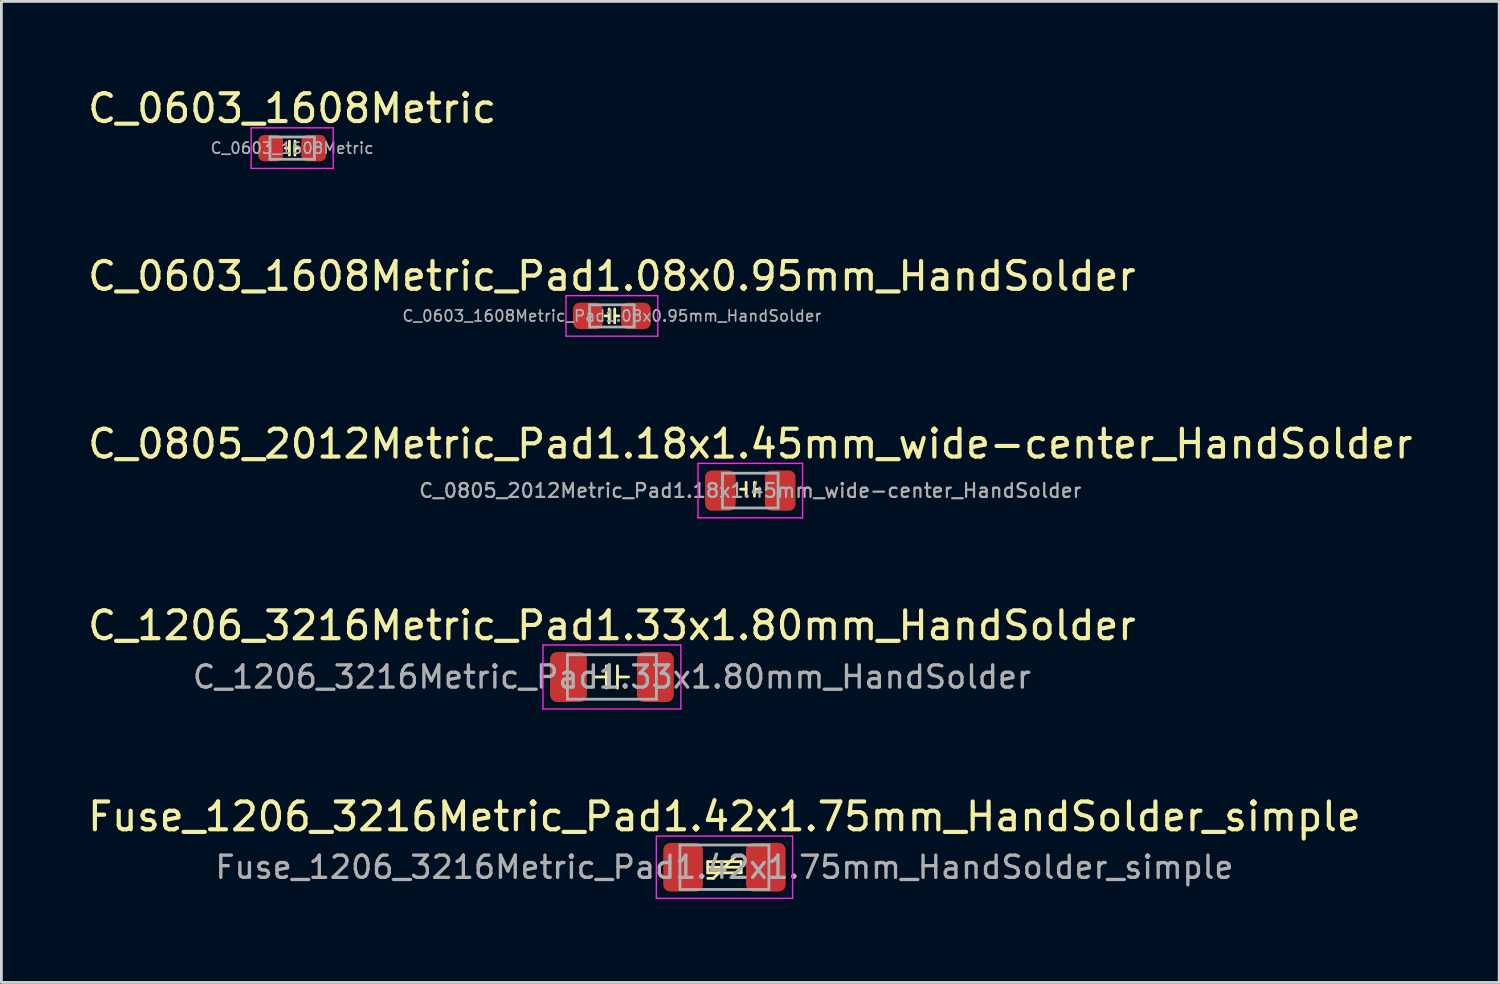
<source format=kicad_pcb>
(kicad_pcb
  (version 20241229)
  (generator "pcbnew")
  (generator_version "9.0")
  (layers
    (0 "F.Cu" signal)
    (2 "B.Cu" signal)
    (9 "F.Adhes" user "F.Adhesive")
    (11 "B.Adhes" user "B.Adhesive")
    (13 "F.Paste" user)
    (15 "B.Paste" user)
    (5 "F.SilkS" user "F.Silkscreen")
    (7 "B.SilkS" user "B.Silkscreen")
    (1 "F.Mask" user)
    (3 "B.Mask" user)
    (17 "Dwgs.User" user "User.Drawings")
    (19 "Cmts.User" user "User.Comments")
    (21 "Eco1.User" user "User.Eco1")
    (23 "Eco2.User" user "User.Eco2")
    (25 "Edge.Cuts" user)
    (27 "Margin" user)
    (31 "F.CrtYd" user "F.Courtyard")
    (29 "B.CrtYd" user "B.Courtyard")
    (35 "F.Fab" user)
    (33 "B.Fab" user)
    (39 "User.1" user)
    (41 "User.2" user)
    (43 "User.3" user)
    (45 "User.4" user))
  (footprint "C_0603_1608Metric_Pad1.08x0.95mm_HandSolder"
    (layer "F.Cu")
    (at 18.958 8.312)
    (property "Reference" "C_0603_1608Metric_Pad1.08x0.95mm_HandSolder" (at 0 -1.43 0) (layer "F.SilkS") (effects (font (size 1 1) (thickness 0.15))))
    (attr smd)
    (fp_line (start -0.1 -0.25) (end -0.1 0.25) (stroke (width 0.1) (type default)) (layer "F.SilkS"))
    (fp_line (start -0.1 0) (end -0.25 0) (stroke (width 0.1) (type default)) (layer "F.SilkS"))
    (fp_line (start 0.1 0) (end 0.25 0) (stroke (width 0.1) (type default)) (layer "F.SilkS"))
    (fp_line (start 0.1 0.25) (end 0.1 -0.25) (stroke (width 0.1) (type default)) (layer "F.SilkS"))
    (fp_line (start -1.65 -0.73) (end 1.65 -0.73) (stroke (width 0.05) (type solid)) (layer "F.CrtYd"))
    (fp_line (start -1.65 0.73) (end -1.65 -0.73) (stroke (width 0.05) (type solid)) (layer "F.CrtYd"))
    (fp_line (start 1.65 -0.73) (end 1.65 0.73) (stroke (width 0.05) (type solid)) (layer "F.CrtYd"))
    (fp_line (start 1.65 0.73) (end -1.65 0.73) (stroke (width 0.05) (type solid)) (layer "F.CrtYd"))
    (fp_line (start -0.8 -0.4) (end 0.8 -0.4) (stroke (width 0.1) (type solid)) (layer "F.Fab"))
    (fp_line (start -0.8 0.4) (end -0.8 -0.4) (stroke (width 0.1) (type solid)) (layer "F.Fab"))
    (fp_line (start 0.8 -0.4) (end 0.8 0.4) (stroke (width 0.1) (type solid)) (layer "F.Fab"))
    (fp_line (start 0.8 0.4) (end -0.8 0.4) (stroke (width 0.1) (type solid)) (layer "F.Fab"))
    (fp_text user "${REFERENCE}" (at 0 0 0) (layer "F.Fab") (effects (font (size 0.4 0.4) (thickness 0.06))))
    (pad "1" smd roundrect (at -0.863 0) (size 1.075 0.95) (layers "F.Cu" "F.Mask" "F.Paste") (roundrect_rratio 0.25))
    (pad "2" smd roundrect (at 0.863 0) (size 1.075 0.95) (layers "F.Cu" "F.Mask" "F.Paste") (roundrect_rratio 0.25)))
  (footprint "Fuse_1206_3216Metric_Pad1.42x1.75mm_HandSolder_simple"
    (layer "F.Cu")
    (at 23.006 28.141)
    (property "Reference" "Fuse_1206_3216Metric_Pad1.42x1.75mm_HandSolder_simple" (at 0 -1.82 0) (layer "F.SilkS") (effects (font (size 1 1) (thickness 0.15))))
    (attr smd)
    (fp_line (start -0.602 -0.2) (end 0.602 -0.2) (stroke (width 0.1) (type solid)) (layer "F.SilkS"))
    (fp_line (start -0.602 0) (end 0.602 0) (stroke (width 0.1) (type default)) (layer "F.SilkS"))
    (fp_line (start -0.602 0.2) (end 0.602 0.2) (stroke (width 0.1) (type solid)) (layer "F.SilkS"))
    (fp_line (start -0.6 0.4) (end -0.4 0.4) (stroke (width 0.1) (type default)) (layer "F.SilkS"))
    (fp_line (start -0.4 0.4) (end 0.4 -0.4) (stroke (width 0.1) (type default)) (layer "F.SilkS"))
    (fp_line (start 0.4 -0.4) (end 0.6 -0.4) (stroke (width 0.1) (type default)) (layer "F.SilkS"))
    (fp_line (start 0.602 -0.2) (end 0.602 0.2) (stroke (width 0.1) (type default)) (layer "F.SilkS"))
    (fp_rect (start -0.602 -0.2) (end -0.602 0.2) (stroke (width 0.1) (type default)) (fill no) (layer "F.SilkS"))
    (fp_line (start -2.45 -1.12) (end 2.45 -1.12) (stroke (width 0.05) (type solid)) (layer "F.CrtYd"))
    (fp_line (start -2.45 1.12) (end -2.45 -1.12) (stroke (width 0.05) (type solid)) (layer "F.CrtYd"))
    (fp_line (start 2.45 -1.12) (end 2.45 1.12) (stroke (width 0.05) (type solid)) (layer "F.CrtYd"))
    (fp_line (start 2.45 1.12) (end -2.45 1.12) (stroke (width 0.05) (type solid)) (layer "F.CrtYd"))
    (fp_line (start -1.6 -0.8) (end 1.6 -0.8) (stroke (width 0.1) (type solid)) (layer "F.Fab"))
    (fp_line (start -1.6 0.8) (end -1.6 -0.8) (stroke (width 0.1) (type solid)) (layer "F.Fab"))
    (fp_line (start 1.6 -0.8) (end 1.6 0.8) (stroke (width 0.1) (type solid)) (layer "F.Fab"))
    (fp_line (start 1.6 0.8) (end -1.6 0.8) (stroke (width 0.1) (type solid)) (layer "F.Fab"))
    (fp_text user "${REFERENCE}" (at 0 0 0) (layer "F.Fab") (effects (font (size 0.8 0.8) (thickness 0.12))))
    (pad "1" smd roundrect (at -1.488 0) (size 1.425 1.75) (layers "F.Cu" "F.Mask" "F.Paste") (roundrect_rratio 0.175))
    (pad "2" smd roundrect (at 1.488 0) (size 1.425 1.75) (layers "F.Cu" "F.Mask" "F.Paste") (roundrect_rratio 0.175)))
  (footprint "C_1206_3216Metric_Pad1.33x1.80mm_HandSolder"
    (layer "F.Cu")
    (at 18.958 21.298)
    (property "Reference" "C_1206_3216Metric_Pad1.33x1.80mm_HandSolder" (at 0 -1.85 0) (layer "F.SilkS") (effects (font (size 1 1) (thickness 0.15))))
    (attr smd)
    (fp_line (start -0.2 -0.4) (end -0.2 0.4) (stroke (width 0.1) (type default)) (layer "F.SilkS"))
    (fp_line (start -0.2 0) (end -0.6 0) (stroke (width 0.1) (type default)) (layer "F.SilkS"))
    (fp_line (start 0.2 0) (end 0.6 0) (stroke (width 0.1) (type default)) (layer "F.SilkS"))
    (fp_line (start 0.2 0.4) (end 0.2 -0.4) (stroke (width 0.1) (type default)) (layer "F.SilkS"))
    (fp_line (start -2.48 -1.15) (end 2.48 -1.15) (stroke (width 0.05) (type solid)) (layer "F.CrtYd"))
    (fp_line (start -2.48 1.15) (end -2.48 -1.15) (stroke (width 0.05) (type solid)) (layer "F.CrtYd"))
    (fp_line (start 2.48 -1.15) (end 2.48 1.15) (stroke (width 0.05) (type solid)) (layer "F.CrtYd"))
    (fp_line (start 2.48 1.15) (end -2.48 1.15) (stroke (width 0.05) (type solid)) (layer "F.CrtYd"))
    (fp_line (start -1.6 -0.8) (end 1.6 -0.8) (stroke (width 0.1) (type solid)) (layer "F.Fab"))
    (fp_line (start -1.6 0.8) (end -1.6 -0.8) (stroke (width 0.1) (type solid)) (layer "F.Fab"))
    (fp_line (start 1.6 -0.8) (end 1.6 0.8) (stroke (width 0.1) (type solid)) (layer "F.Fab"))
    (fp_line (start 1.6 0.8) (end -1.6 0.8) (stroke (width 0.1) (type solid)) (layer "F.Fab"))
    (fp_text user "${REFERENCE}" (at 0 0 0) (layer "F.Fab") (effects (font (size 0.8 0.8) (thickness 0.12))))
    (pad "1" smd roundrect (at -1.562 0) (size 1.325 1.8) (layers "F.Cu" "F.Mask" "F.Paste") (roundrect_rratio 0.189))
    (pad "2" smd roundrect (at 1.562 0) (size 1.325 1.8) (layers "F.Cu" "F.Mask" "F.Paste") (roundrect_rratio 0.189)))
  (footprint "C_0603_1608Metric"
    (layer "F.Cu")
    (at 7.458 2.278)
    (property "Reference" "C_0603_1608Metric" (at 0 -1.43 0) (layer "F.SilkS") (effects (font (size 1 1) (thickness 0.15))))
    (attr smd)
    (fp_line (start -0.1 -0.25) (end -0.1 0.25) (stroke (width 0.1) (type default)) (layer "F.SilkS"))
    (fp_line (start -0.1 0) (end -0.25 0) (stroke (width 0.1) (type default)) (layer "F.SilkS"))
    (fp_line (start 0.1 0) (end 0.25 0) (stroke (width 0.1) (type default)) (layer "F.SilkS"))
    (fp_line (start 0.1 0.25) (end 0.1 -0.25) (stroke (width 0.1) (type default)) (layer "F.SilkS"))
    (fp_line (start -1.475 -0.73) (end 1.475 -0.73) (stroke (width 0.05) (type solid)) (layer "F.CrtYd"))
    (fp_line (start -1.475 0.73) (end -1.475 -0.73) (stroke (width 0.05) (type solid)) (layer "F.CrtYd"))
    (fp_line (start 1.475 -0.73) (end 1.475 0.73) (stroke (width 0.05) (type solid)) (layer "F.CrtYd"))
    (fp_line (start 1.475 0.73) (end -1.475 0.73) (stroke (width 0.05) (type solid)) (layer "F.CrtYd"))
    (fp_line (start -0.8 -0.4) (end 0.8 -0.4) (stroke (width 0.1) (type solid)) (layer "F.Fab"))
    (fp_line (start -0.8 0.4) (end -0.8 -0.4) (stroke (width 0.1) (type solid)) (layer "F.Fab"))
    (fp_line (start 0.8 -0.4) (end 0.8 0.4) (stroke (width 0.1) (type solid)) (layer "F.Fab"))
    (fp_line (start 0.8 0.4) (end -0.8 0.4) (stroke (width 0.1) (type solid)) (layer "F.Fab"))
    (fp_text user "${REFERENCE}" (at 0 0 0) (layer "F.Fab") (effects (font (size 0.4 0.4) (thickness 0.06))))
    (pad "1" smd roundrect (at -0.775 0) (size 0.9 0.95) (layers "F.Cu" "F.Mask" "F.Paste") (roundrect_rratio 0.25))
    (pad "2" smd roundrect (at 0.775 0) (size 0.9 0.95) (layers "F.Cu" "F.Mask" "F.Paste") (roundrect_rratio 0.25)))
  (footprint "C_0805_2012Metric_Pad1.18x1.45mm_wide-center_HandSolder"
    (layer "F.Cu")
    (at 23.935 14.595)
    (property "Reference" "C_0805_2012Metric_Pad1.18x1.45mm_wide-center_HandSolder" (at 0 -1.68 0) (layer "F.SilkS") (effects (font (size 1 1) (thickness 0.15))))
    (attr smd)
    (fp_line (start -0.15 -0.3) (end -0.15 0.2) (stroke (width 0.1) (type default)) (layer "F.SilkS"))
    (fp_line (start -0.15 -0.05) (end -0.35 -0.05) (stroke (width 0.1) (type default)) (layer "F.SilkS"))
    (fp_line (start 0.15 -0.05) (end 0.35 -0.05) (stroke (width 0.1) (type default)) (layer "F.SilkS"))
    (fp_line (start 0.15 0.2) (end 0.15 -0.3) (stroke (width 0.1) (type default)) (layer "F.SilkS"))
    (fp_line (start -1.88 -0.98) (end 1.88 -0.98) (stroke (width 0.05) (type solid)) (layer "F.CrtYd"))
    (fp_line (start -1.88 0.98) (end -1.88 -0.98) (stroke (width 0.05) (type solid)) (layer "F.CrtYd"))
    (fp_line (start 1.88 -0.98) (end 1.88 0.98) (stroke (width 0.05) (type solid)) (layer "F.CrtYd"))
    (fp_line (start 1.88 0.98) (end -1.88 0.98) (stroke (width 0.05) (type solid)) (layer "F.CrtYd"))
    (fp_line (start -1 -0.625) (end 1 -0.625) (stroke (width 0.1) (type solid)) (layer "F.Fab"))
    (fp_line (start -1 0.625) (end -1 -0.625) (stroke (width 0.1) (type solid)) (layer "F.Fab"))
    (fp_line (start 1 -0.625) (end 1 0.625) (stroke (width 0.1) (type solid)) (layer "F.Fab"))
    (fp_line (start 1 0.625) (end -1 0.625) (stroke (width 0.1) (type solid)) (layer "F.Fab"))
    (fp_text user "${REFERENCE}" (at 0 0 0) (layer "F.Fab") (effects (font (size 0.5 0.5) (thickness 0.08))))
    (pad "1" smd roundrect (at -1.075 0) (size 1.1 1.45) (layers "F.Cu" "F.Mask" "F.Paste") (roundrect_rratio 0.213))
    (pad "2" smd roundrect (at 1.075 0) (size 1.1 1.45) (layers "F.Cu" "F.Mask" "F.Paste") (roundrect_rratio 0.213)))
  (gr_rect
    (start -3 -3)
    (end 50.869 32.286)
    (stroke (width 0.1) (type default))
    (fill no)
    (layer "Edge.Cuts")))
</source>
